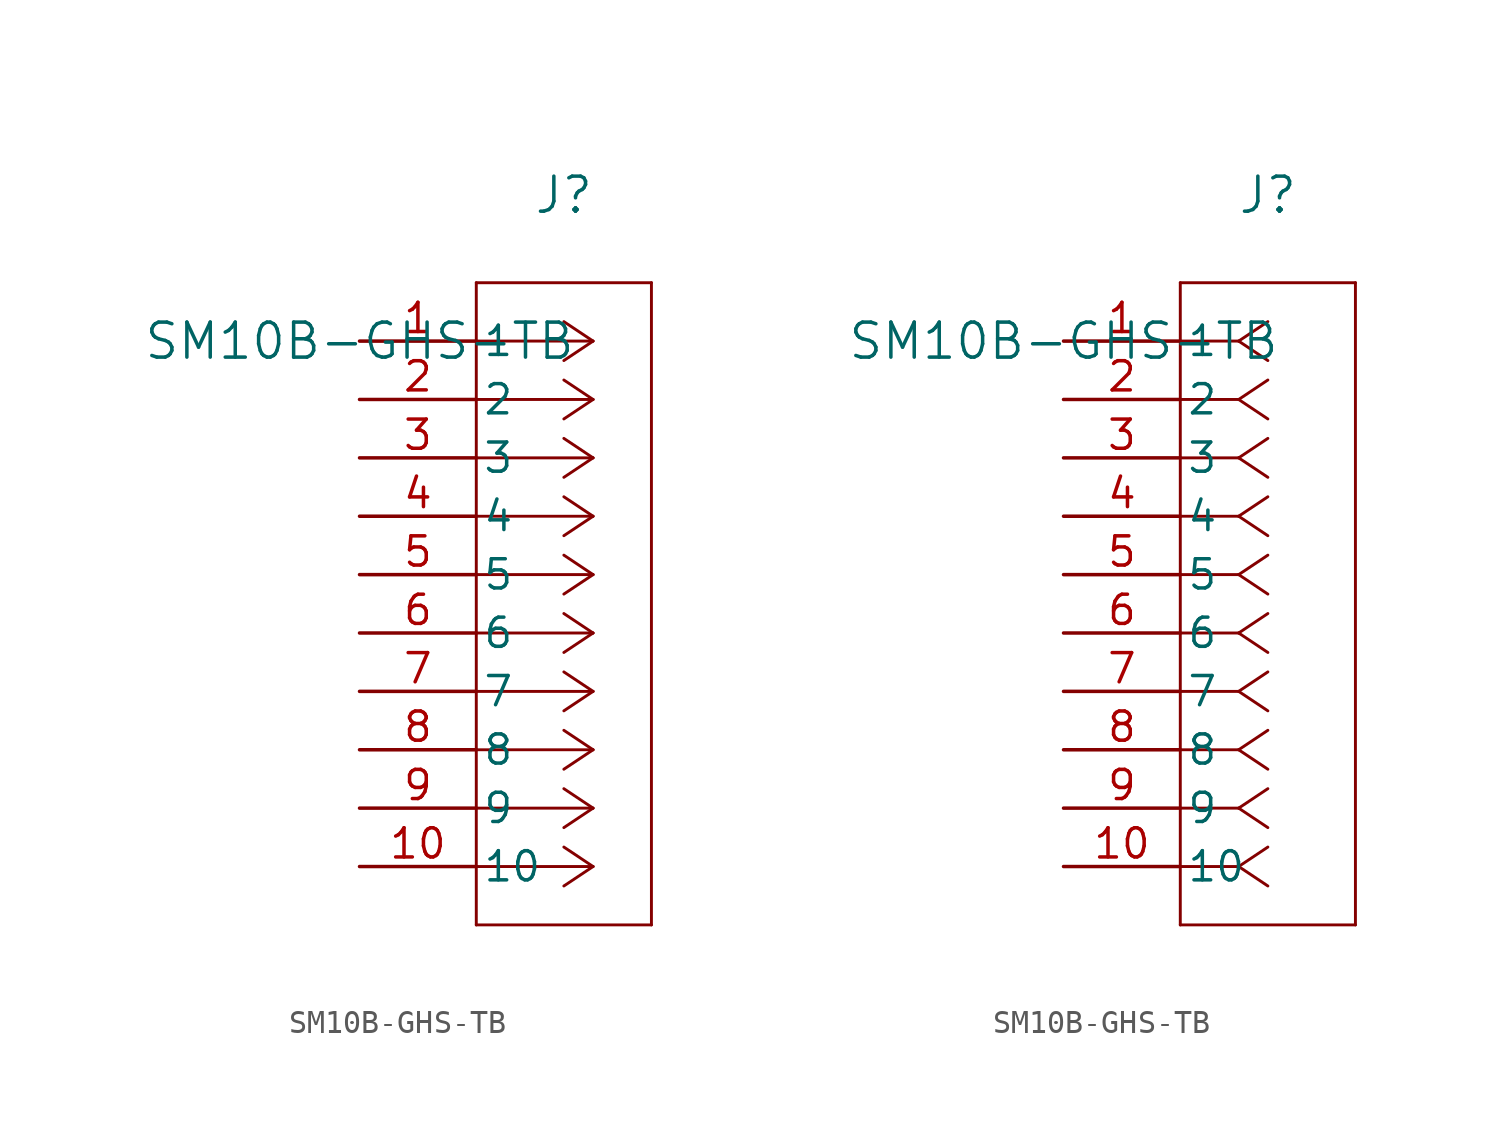
<source format=kicad_sym>
(kicad_symbol_lib
  (version 20211014)
  (generator kicad_symbol_editor)
  (symbol "SM10B-GHS-TB"
    (pin_names
      (offset 0.254))
    (property "Reference" "J"
      (at 8.89 6.35 0)
      (effects (font (size 1.524 1.524))))
    (property "Value" "SM10B-GHS-TB"
      (at 0 0 0)
      (effects (font (size 1.524 1.524))))
    (symbol "SM10B-GHS-TB_1_1"
      (polyline (pts (xy 10.16 0) (xy 5.08 0)) (stroke (width 0.127) (type default) (color 0 0 0 0)) (fill (type none)))
      (polyline (pts (xy 10.16 -2.54) (xy 5.08 -2.54)) (stroke (width 0.127) (type default) (color 0 0 0 0)) (fill (type none)))
      (polyline (pts (xy 10.16 -5.08) (xy 5.08 -5.08)) (stroke (width 0.127) (type default) (color 0 0 0 0)) (fill (type none)))
      (polyline (pts (xy 10.16 -7.62) (xy 5.08 -7.62)) (stroke (width 0.127) (type default) (color 0 0 0 0)) (fill (type none)))
      (polyline (pts (xy 10.16 -10.16) (xy 5.08 -10.16)) (stroke (width 0.127) (type default) (color 0 0 0 0)) (fill (type none)))
      (polyline (pts (xy 10.16 -12.7) (xy 5.08 -12.7)) (stroke (width 0.127) (type default) (color 0 0 0 0)) (fill (type none)))
      (polyline (pts (xy 10.16 -15.24) (xy 5.08 -15.24)) (stroke (width 0.127) (type default) (color 0 0 0 0)) (fill (type none)))
      (polyline (pts (xy 10.16 -17.78) (xy 5.08 -17.78)) (stroke (width 0.127) (type default) (color 0 0 0 0)) (fill (type none)))
      (polyline (pts (xy 10.16 -20.32) (xy 5.08 -20.32)) (stroke (width 0.127) (type default) (color 0 0 0 0)) (fill (type none)))
      (polyline (pts (xy 10.16 -22.86) (xy 5.08 -22.86)) (stroke (width 0.127) (type default) (color 0 0 0 0)) (fill (type none)))
      (polyline (pts (xy 10.16 0) (xy 8.89 0.847)) (stroke (width 0.127) (type default) (color 0 0 0 0)) (fill (type none)))
      (polyline (pts (xy 10.16 -2.54) (xy 8.89 -1.693)) (stroke (width 0.127) (type default) (color 0 0 0 0)) (fill (type none)))
      (polyline (pts (xy 10.16 -5.08) (xy 8.89 -4.233)) (stroke (width 0.127) (type default) (color 0 0 0 0)) (fill (type none)))
      (polyline (pts (xy 10.16 -7.62) (xy 8.89 -6.773)) (stroke (width 0.127) (type default) (color 0 0 0 0)) (fill (type none)))
      (polyline (pts (xy 10.16 -10.16) (xy 8.89 -9.313)) (stroke (width 0.127) (type default) (color 0 0 0 0)) (fill (type none)))
      (polyline (pts (xy 10.16 -12.7) (xy 8.89 -11.853)) (stroke (width 0.127) (type default) (color 0 0 0 0)) (fill (type none)))
      (polyline (pts (xy 10.16 -15.24) (xy 8.89 -14.393)) (stroke (width 0.127) (type default) (color 0 0 0 0)) (fill (type none)))
      (polyline (pts (xy 10.16 -17.78) (xy 8.89 -16.933)) (stroke (width 0.127) (type default) (color 0 0 0 0)) (fill (type none)))
      (polyline (pts (xy 10.16 -20.32) (xy 8.89 -19.473)) (stroke (width 0.127) (type default) (color 0 0 0 0)) (fill (type none)))
      (polyline (pts (xy 10.16 -22.86) (xy 8.89 -22.013)) (stroke (width 0.127) (type default) (color 0 0 0 0)) (fill (type none)))
      (polyline (pts (xy 10.16 0) (xy 8.89 -0.847)) (stroke (width 0.127) (type default) (color 0 0 0 0)) (fill (type none)))
      (polyline (pts (xy 10.16 -2.54) (xy 8.89 -3.387)) (stroke (width 0.127) (type default) (color 0 0 0 0)) (fill (type none)))
      (polyline (pts (xy 10.16 -5.08) (xy 8.89 -5.927)) (stroke (width 0.127) (type default) (color 0 0 0 0)) (fill (type none)))
      (polyline (pts (xy 10.16 -7.62) (xy 8.89 -8.467)) (stroke (width 0.127) (type default) (color 0 0 0 0)) (fill (type none)))
      (polyline (pts (xy 10.16 -10.16) (xy 8.89 -11.007)) (stroke (width 0.127) (type default) (color 0 0 0 0)) (fill (type none)))
      (polyline (pts (xy 10.16 -12.7) (xy 8.89 -13.547)) (stroke (width 0.127) (type default) (color 0 0 0 0)) (fill (type none)))
      (polyline (pts (xy 10.16 -15.24) (xy 8.89 -16.087)) (stroke (width 0.127) (type default) (color 0 0 0 0)) (fill (type none)))
      (polyline (pts (xy 10.16 -17.78) (xy 8.89 -18.627)) (stroke (width 0.127) (type default) (color 0 0 0 0)) (fill (type none)))
      (polyline (pts (xy 10.16 -20.32) (xy 8.89 -21.167)) (stroke (width 0.127) (type default) (color 0 0 0 0)) (fill (type none)))
      (polyline (pts (xy 10.16 -22.86) (xy 8.89 -23.707)) (stroke (width 0.127) (type default) (color 0 0 0 0)) (fill (type none)))
      (polyline (pts (xy 5.08 2.54) (xy 5.08 -25.4)) (stroke (width 0.127) (type default) (color 0 0 0 0)) (fill (type none)))
      (polyline (pts (xy 5.08 -25.4) (xy 12.7 -25.4)) (stroke (width 0.127) (type default) (color 0 0 0 0)) (fill (type none)))
      (polyline (pts (xy 12.7 -25.4) (xy 12.7 2.54)) (stroke (width 0.127) (type default) (color 0 0 0 0)) (fill (type none)))
      (polyline (pts (xy 12.7 2.54) (xy 5.08 2.54)) (stroke (width 0.127) (type default) (color 0 0 0 0)) (fill (type none)))
      (pin unspecified line (at 0 0 0) (length 5.08) (name "1" (effects (font (size 1.27 1.27)))) (number "1" (effects (font (size 1.27 1.27)))))
      (pin unspecified line (at 0 -2.54 0) (length 5.08) (name "2" (effects (font (size 1.27 1.27)))) (number "2" (effects (font (size 1.27 1.27)))))
      (pin unspecified line (at 0 -5.08 0) (length 5.08) (name "3" (effects (font (size 1.27 1.27)))) (number "3" (effects (font (size 1.27 1.27)))))
      (pin unspecified line (at 0 -7.62 0) (length 5.08) (name "4" (effects (font (size 1.27 1.27)))) (number "4" (effects (font (size 1.27 1.27)))))
      (pin unspecified line (at 0 -10.16 0) (length 5.08) (name "5" (effects (font (size 1.27 1.27)))) (number "5" (effects (font (size 1.27 1.27)))))
      (pin unspecified line (at 0 -12.7 0) (length 5.08) (name "6" (effects (font (size 1.27 1.27)))) (number "6" (effects (font (size 1.27 1.27)))))
      (pin unspecified line (at 0 -15.24 0) (length 5.08) (name "7" (effects (font (size 1.27 1.27)))) (number "7" (effects (font (size 1.27 1.27)))))
      (pin unspecified line (at 0 -17.78 0) (length 5.08) (name "8" (effects (font (size 1.27 1.27)))) (number "8" (effects (font (size 1.27 1.27)))))
      (pin unspecified line (at 0 -20.32 0) (length 5.08) (name "9" (effects (font (size 1.27 1.27)))) (number "9" (effects (font (size 1.27 1.27)))))
      (pin unspecified line (at 0 -22.86 0) (length 5.08) (name "10" (effects (font (size 1.27 1.27)))) (number "10" (effects (font (size 1.27 1.27))))))
    (symbol "SM10B-GHS-TB_1_2"
      (polyline (pts (xy 7.62 0) (xy 5.08 0)) (stroke (width 0.127) (type default) (color 0 0 0 0)) (fill (type none)))
      (polyline (pts (xy 7.62 -2.54) (xy 5.08 -2.54)) (stroke (width 0.127) (type default) (color 0 0 0 0)) (fill (type none)))
      (polyline (pts (xy 7.62 -5.08) (xy 5.08 -5.08)) (stroke (width 0.127) (type default) (color 0 0 0 0)) (fill (type none)))
      (polyline (pts (xy 7.62 -7.62) (xy 5.08 -7.62)) (stroke (width 0.127) (type default) (color 0 0 0 0)) (fill (type none)))
      (polyline (pts (xy 7.62 -10.16) (xy 5.08 -10.16)) (stroke (width 0.127) (type default) (color 0 0 0 0)) (fill (type none)))
      (polyline (pts (xy 7.62 -12.7) (xy 5.08 -12.7)) (stroke (width 0.127) (type default) (color 0 0 0 0)) (fill (type none)))
      (polyline (pts (xy 7.62 -15.24) (xy 5.08 -15.24)) (stroke (width 0.127) (type default) (color 0 0 0 0)) (fill (type none)))
      (polyline (pts (xy 7.62 -17.78) (xy 5.08 -17.78)) (stroke (width 0.127) (type default) (color 0 0 0 0)) (fill (type none)))
      (polyline (pts (xy 7.62 -20.32) (xy 5.08 -20.32)) (stroke (width 0.127) (type default) (color 0 0 0 0)) (fill (type none)))
      (polyline (pts (xy 7.62 -22.86) (xy 5.08 -22.86)) (stroke (width 0.127) (type default) (color 0 0 0 0)) (fill (type none)))
      (polyline (pts (xy 7.62 0) (xy 8.89 0.847)) (stroke (width 0.127) (type default) (color 0 0 0 0)) (fill (type none)))
      (polyline (pts (xy 7.62 -2.54) (xy 8.89 -1.693)) (stroke (width 0.127) (type default) (color 0 0 0 0)) (fill (type none)))
      (polyline (pts (xy 7.62 -5.08) (xy 8.89 -4.233)) (stroke (width 0.127) (type default) (color 0 0 0 0)) (fill (type none)))
      (polyline (pts (xy 7.62 -7.62) (xy 8.89 -6.773)) (stroke (width 0.127) (type default) (color 0 0 0 0)) (fill (type none)))
      (polyline (pts (xy 7.62 -10.16) (xy 8.89 -9.313)) (stroke (width 0.127) (type default) (color 0 0 0 0)) (fill (type none)))
      (polyline (pts (xy 7.62 -12.7) (xy 8.89 -11.853)) (stroke (width 0.127) (type default) (color 0 0 0 0)) (fill (type none)))
      (polyline (pts (xy 7.62 -15.24) (xy 8.89 -14.393)) (stroke (width 0.127) (type default) (color 0 0 0 0)) (fill (type none)))
      (polyline (pts (xy 7.62 -17.78) (xy 8.89 -16.933)) (stroke (width 0.127) (type default) (color 0 0 0 0)) (fill (type none)))
      (polyline (pts (xy 7.62 -20.32) (xy 8.89 -19.473)) (stroke (width 0.127) (type default) (color 0 0 0 0)) (fill (type none)))
      (polyline (pts (xy 7.62 -22.86) (xy 8.89 -22.013)) (stroke (width 0.127) (type default) (color 0 0 0 0)) (fill (type none)))
      (polyline (pts (xy 7.62 0) (xy 8.89 -0.847)) (stroke (width 0.127) (type default) (color 0 0 0 0)) (fill (type none)))
      (polyline (pts (xy 7.62 -2.54) (xy 8.89 -3.387)) (stroke (width 0.127) (type default) (color 0 0 0 0)) (fill (type none)))
      (polyline (pts (xy 7.62 -5.08) (xy 8.89 -5.927)) (stroke (width 0.127) (type default) (color 0 0 0 0)) (fill (type none)))
      (polyline (pts (xy 7.62 -7.62) (xy 8.89 -8.467)) (stroke (width 0.127) (type default) (color 0 0 0 0)) (fill (type none)))
      (polyline (pts (xy 7.62 -10.16) (xy 8.89 -11.007)) (stroke (width 0.127) (type default) (color 0 0 0 0)) (fill (type none)))
      (polyline (pts (xy 7.62 -12.7) (xy 8.89 -13.547)) (stroke (width 0.127) (type default) (color 0 0 0 0)) (fill (type none)))
      (polyline (pts (xy 7.62 -15.24) (xy 8.89 -16.087)) (stroke (width 0.127) (type default) (color 0 0 0 0)) (fill (type none)))
      (polyline (pts (xy 7.62 -17.78) (xy 8.89 -18.627)) (stroke (width 0.127) (type default) (color 0 0 0 0)) (fill (type none)))
      (polyline (pts (xy 7.62 -20.32) (xy 8.89 -21.167)) (stroke (width 0.127) (type default) (color 0 0 0 0)) (fill (type none)))
      (polyline (pts (xy 7.62 -22.86) (xy 8.89 -23.707)) (stroke (width 0.127) (type default) (color 0 0 0 0)) (fill (type none)))
      (polyline (pts (xy 5.08 2.54) (xy 5.08 -25.4)) (stroke (width 0.127) (type default) (color 0 0 0 0)) (fill (type none)))
      (polyline (pts (xy 5.08 -25.4) (xy 12.7 -25.4)) (stroke (width 0.127) (type default) (color 0 0 0 0)) (fill (type none)))
      (polyline (pts (xy 12.7 -25.4) (xy 12.7 2.54)) (stroke (width 0.127) (type default) (color 0 0 0 0)) (fill (type none)))
      (polyline (pts (xy 12.7 2.54) (xy 5.08 2.54)) (stroke (width 0.127) (type default) (color 0 0 0 0)) (fill (type none)))
      (pin unspecified line (at 0 0 0) (length 5.08) (name "1" (effects (font (size 1.27 1.27)))) (number "1" (effects (font (size 1.27 1.27)))))
      (pin unspecified line (at 0 -2.54 0) (length 5.08) (name "2" (effects (font (size 1.27 1.27)))) (number "2" (effects (font (size 1.27 1.27)))))
      (pin unspecified line (at 0 -5.08 0) (length 5.08) (name "3" (effects (font (size 1.27 1.27)))) (number "3" (effects (font (size 1.27 1.27)))))
      (pin unspecified line (at 0 -7.62 0) (length 5.08) (name "4" (effects (font (size 1.27 1.27)))) (number "4" (effects (font (size 1.27 1.27)))))
      (pin unspecified line (at 0 -10.16 0) (length 5.08) (name "5" (effects (font (size 1.27 1.27)))) (number "5" (effects (font (size 1.27 1.27)))))
      (pin unspecified line (at 0 -12.7 0) (length 5.08) (name "6" (effects (font (size 1.27 1.27)))) (number "6" (effects (font (size 1.27 1.27)))))
      (pin unspecified line (at 0 -15.24 0) (length 5.08) (name "7" (effects (font (size 1.27 1.27)))) (number "7" (effects (font (size 1.27 1.27)))))
      (pin unspecified line (at 0 -17.78 0) (length 5.08) (name "8" (effects (font (size 1.27 1.27)))) (number "8" (effects (font (size 1.27 1.27)))))
      (pin unspecified line (at 0 -20.32 0) (length 5.08) (name "9" (effects (font (size 1.27 1.27)))) (number "9" (effects (font (size 1.27 1.27)))))
      (pin unspecified line (at 0 -22.86 0) (length 5.08) (name "10" (effects (font (size 1.27 1.27)))) (number "10" (effects (font (size 1.27 1.27))))))))
</source>
